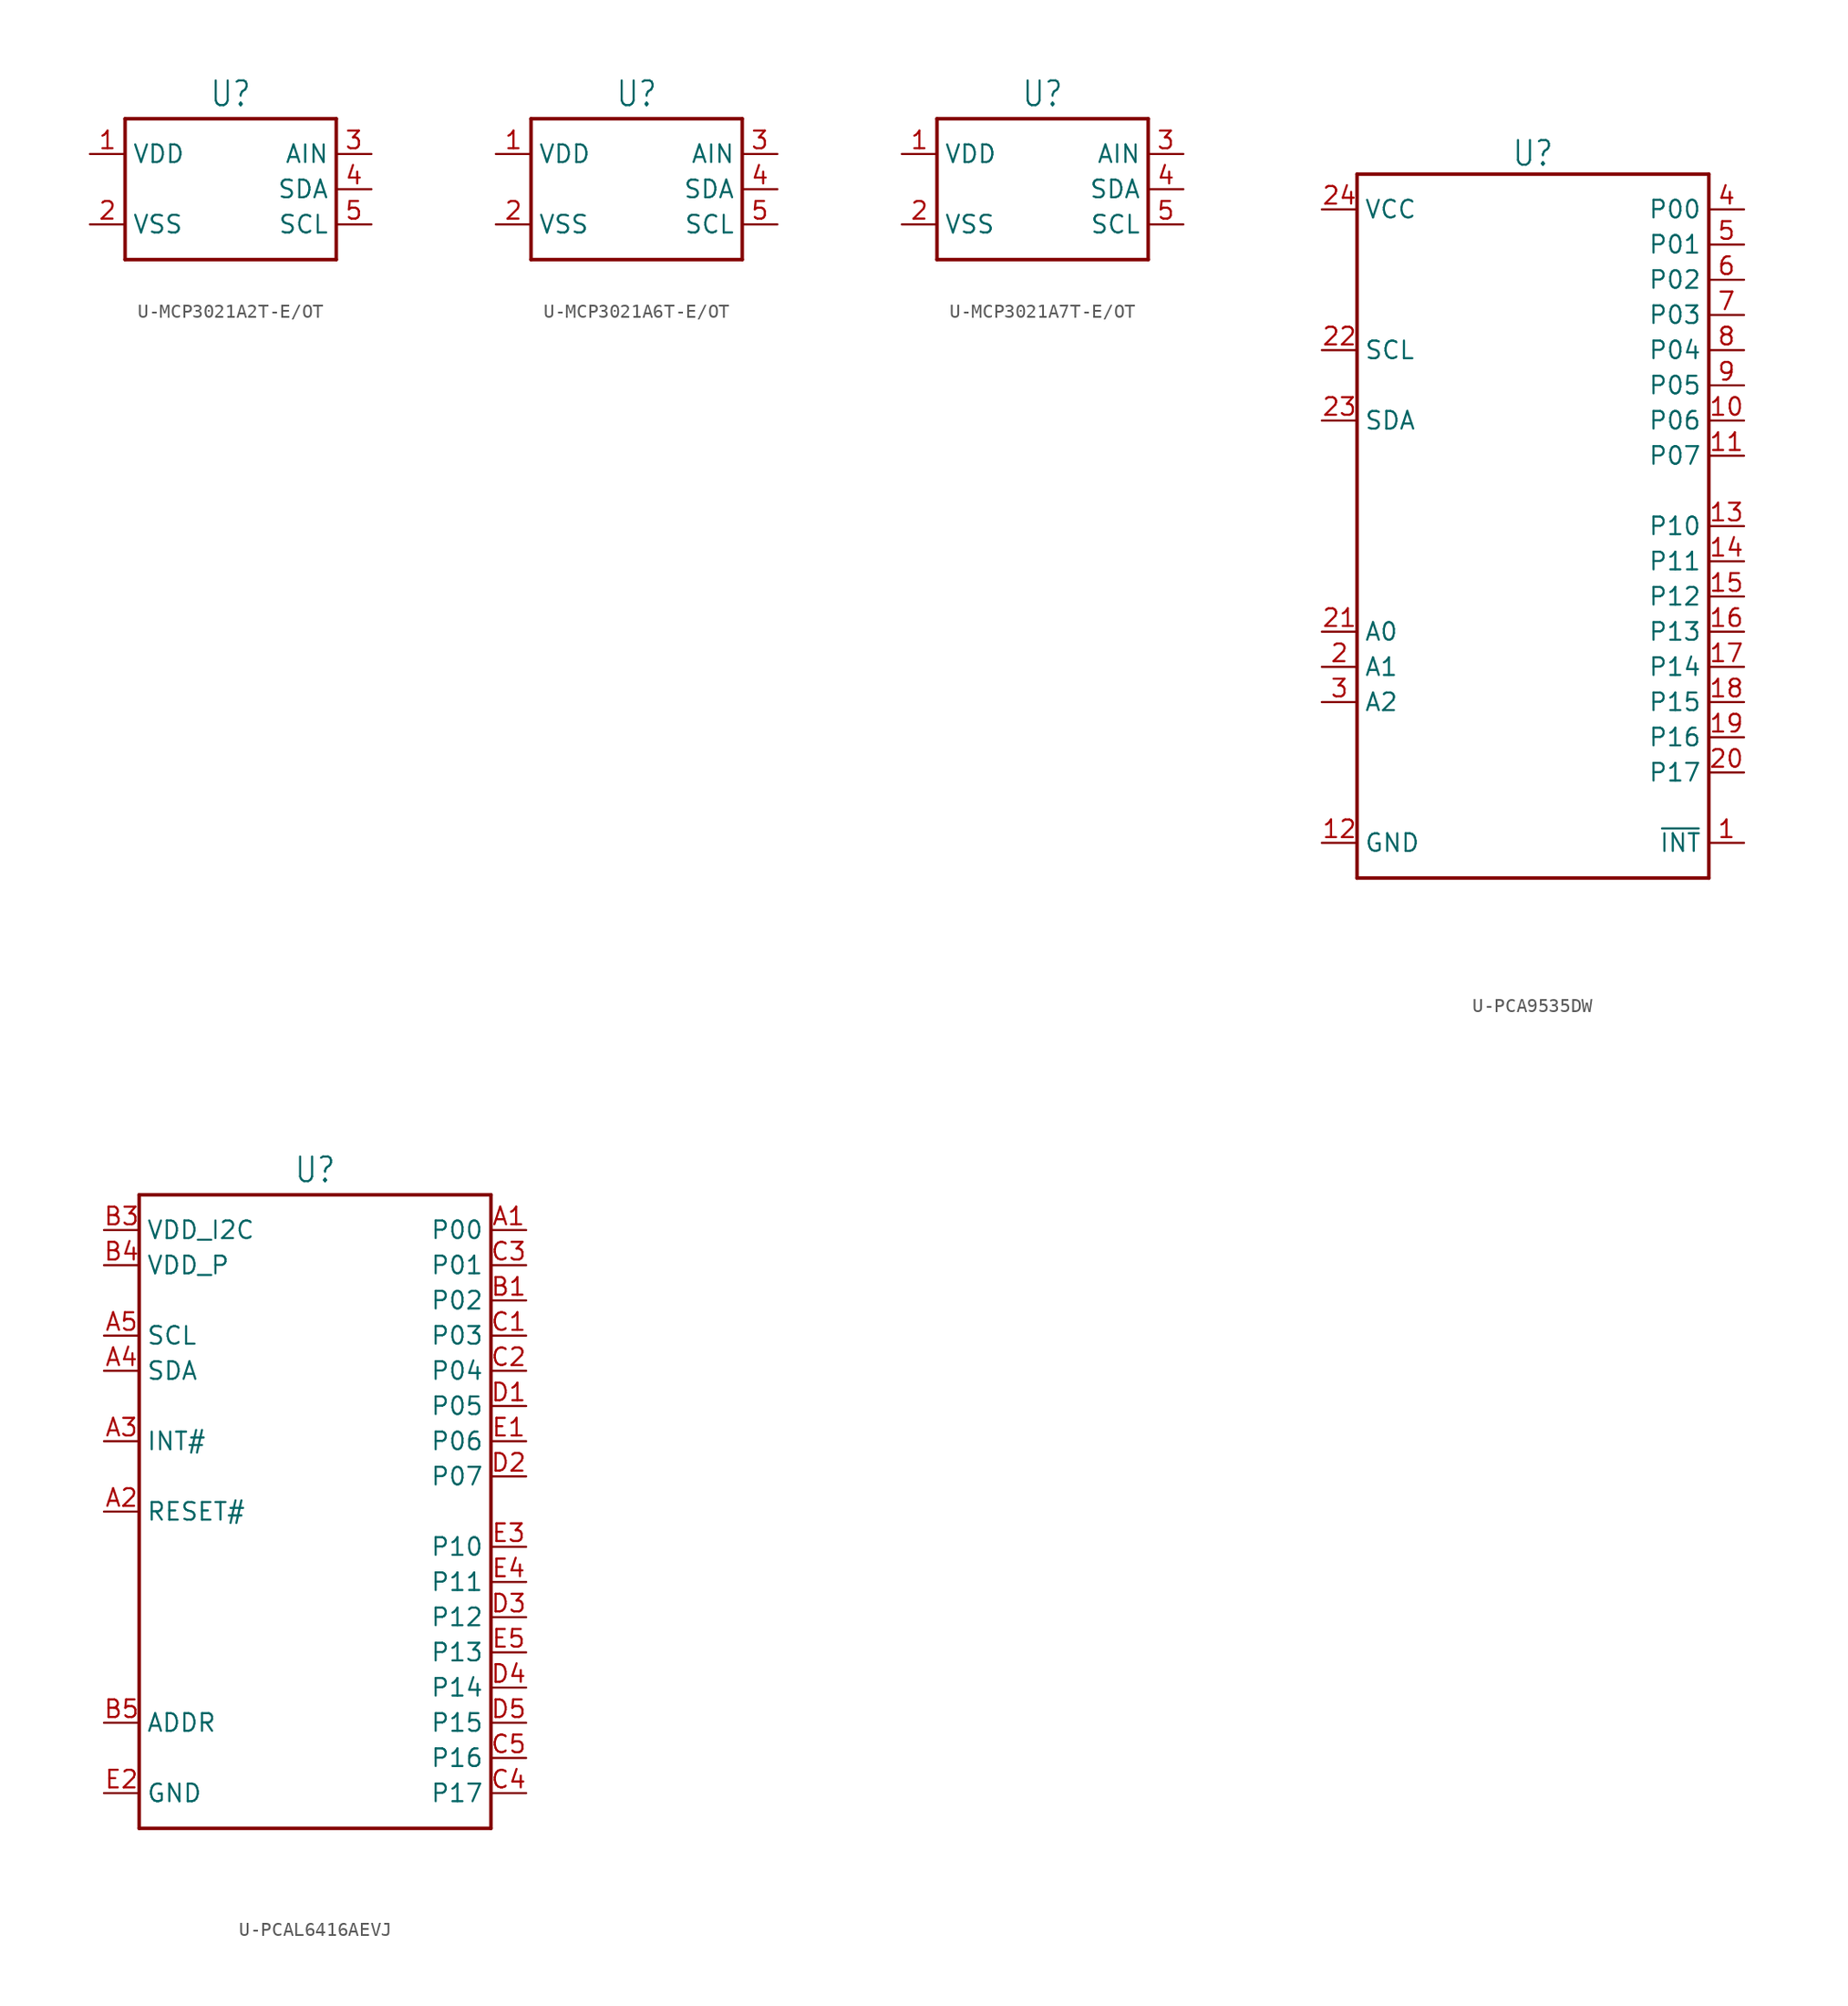
<source format=kicad_sym>
(kicad_symbol_lib
  (version 20231120)
  (generator "kicad_symbol_editor")
  (generator_version "8.0")
  (symbol "U-MCP3021A2T-E/OT"
    (property "Reference" "U"
      (at 0 5.842 0)
      (effects (font (size 1.778 1.511)) (justify bottom)))
    (property "Value" ""
      (at 0 -5.842 0)
      (effects (font (size 1.778 1.511)) (justify top)))
    (property "ki_locked" ""
      (at 0 0 0)
      (effects (font (size 1.27 1.27))))
    (symbol "U-MCP3021A2T-E/OT_1_0"
      (polyline (pts (xy -7.62 -5.08) (xy 7.62 -5.08)) (stroke (width 0.254) (type solid)) (fill (type none)))
      (polyline (pts (xy -7.62 5.08) (xy -7.62 -5.08)) (stroke (width 0.254) (type solid)) (fill (type none)))
      (polyline (pts (xy 7.62 -5.08) (xy 7.62 5.08)) (stroke (width 0.254) (type solid)) (fill (type none)))
      (polyline (pts (xy 7.62 5.08) (xy -7.62 5.08)) (stroke (width 0.254) (type solid)) (fill (type none)))
      (pin passive line (at -10.16 2.54 0) (length 2.54) (name "VDD" (effects (font (size 1.27 1.27)))) (number "1" (effects (font (size 1.27 1.27)))))
      (pin passive line (at -10.16 -2.54 0) (length 2.54) (name "VSS" (effects (font (size 1.27 1.27)))) (number "2" (effects (font (size 1.27 1.27)))))
      (pin passive line (at 10.16 2.54 180) (length 2.54) (name "AIN" (effects (font (size 1.27 1.27)))) (number "3" (effects (font (size 1.27 1.27)))))
      (pin passive line (at 10.16 0 180) (length 2.54) (name "SDA" (effects (font (size 1.27 1.27)))) (number "4" (effects (font (size 1.27 1.27)))))
      (pin passive line (at 10.16 -2.54 180) (length 2.54) (name "SCL" (effects (font (size 1.27 1.27)))) (number "5" (effects (font (size 1.27 1.27)))))))
  (symbol "U-MCP3021A6T-E/OT"
    (property "Reference" "U"
      (at 0 5.842 0)
      (effects (font (size 1.778 1.511)) (justify bottom)))
    (property "Value" ""
      (at 0 -5.842 0)
      (effects (font (size 1.778 1.511)) (justify top)))
    (property "ki_locked" ""
      (at 0 0 0)
      (effects (font (size 1.27 1.27))))
    (symbol "U-MCP3021A6T-E/OT_1_0"
      (polyline (pts (xy -7.62 -5.08) (xy 7.62 -5.08)) (stroke (width 0.254) (type solid)) (fill (type none)))
      (polyline (pts (xy -7.62 5.08) (xy -7.62 -5.08)) (stroke (width 0.254) (type solid)) (fill (type none)))
      (polyline (pts (xy 7.62 -5.08) (xy 7.62 5.08)) (stroke (width 0.254) (type solid)) (fill (type none)))
      (polyline (pts (xy 7.62 5.08) (xy -7.62 5.08)) (stroke (width 0.254) (type solid)) (fill (type none)))
      (pin passive line (at -10.16 2.54 0) (length 2.54) (name "VDD" (effects (font (size 1.27 1.27)))) (number "1" (effects (font (size 1.27 1.27)))))
      (pin passive line (at -10.16 -2.54 0) (length 2.54) (name "VSS" (effects (font (size 1.27 1.27)))) (number "2" (effects (font (size 1.27 1.27)))))
      (pin passive line (at 10.16 2.54 180) (length 2.54) (name "AIN" (effects (font (size 1.27 1.27)))) (number "3" (effects (font (size 1.27 1.27)))))
      (pin passive line (at 10.16 0 180) (length 2.54) (name "SDA" (effects (font (size 1.27 1.27)))) (number "4" (effects (font (size 1.27 1.27)))))
      (pin passive line (at 10.16 -2.54 180) (length 2.54) (name "SCL" (effects (font (size 1.27 1.27)))) (number "5" (effects (font (size 1.27 1.27)))))))
  (symbol "U-MCP3021A7T-E/OT"
    (property "Reference" "U"
      (at 0 5.842 0)
      (effects (font (size 1.778 1.511)) (justify bottom)))
    (property "Value" ""
      (at 0 -5.842 0)
      (effects (font (size 1.778 1.511)) (justify top)))
    (property "ki_locked" ""
      (at 0 0 0)
      (effects (font (size 1.27 1.27))))
    (symbol "U-MCP3021A7T-E/OT_1_0"
      (polyline (pts (xy -7.62 -5.08) (xy 7.62 -5.08)) (stroke (width 0.254) (type solid)) (fill (type none)))
      (polyline (pts (xy -7.62 5.08) (xy -7.62 -5.08)) (stroke (width 0.254) (type solid)) (fill (type none)))
      (polyline (pts (xy 7.62 -5.08) (xy 7.62 5.08)) (stroke (width 0.254) (type solid)) (fill (type none)))
      (polyline (pts (xy 7.62 5.08) (xy -7.62 5.08)) (stroke (width 0.254) (type solid)) (fill (type none)))
      (pin passive line (at -10.16 2.54 0) (length 2.54) (name "VDD" (effects (font (size 1.27 1.27)))) (number "1" (effects (font (size 1.27 1.27)))))
      (pin passive line (at -10.16 -2.54 0) (length 2.54) (name "VSS" (effects (font (size 1.27 1.27)))) (number "2" (effects (font (size 1.27 1.27)))))
      (pin passive line (at 10.16 2.54 180) (length 2.54) (name "AIN" (effects (font (size 1.27 1.27)))) (number "3" (effects (font (size 1.27 1.27)))))
      (pin passive line (at 10.16 0 180) (length 2.54) (name "SDA" (effects (font (size 1.27 1.27)))) (number "4" (effects (font (size 1.27 1.27)))))
      (pin passive line (at 10.16 -2.54 180) (length 2.54) (name "SCL" (effects (font (size 1.27 1.27)))) (number "5" (effects (font (size 1.27 1.27)))))))
  (symbol "U-PCA9535DW"
    (property "Reference" "U"
      (at 0 27.94 0)
      (effects (font (size 1.778 1.511)) (justify top)))
    (property "Value" ""
      (at 0 -27.94 0)
      (effects (font (size 1.778 1.511)) (justify bottom)))
    (property "ki_locked" ""
      (at 0 0 0)
      (effects (font (size 1.27 1.27))))
    (symbol "U-PCA9535DW_1_0"
      (polyline (pts (xy -12.7 -25.4) (xy 12.7 -25.4)) (stroke (width 0.254) (type solid)) (fill (type none)))
      (polyline (pts (xy -12.7 25.4) (xy -12.7 -25.4)) (stroke (width 0.254) (type solid)) (fill (type none)))
      (polyline (pts (xy 12.7 -25.4) (xy 12.7 25.4)) (stroke (width 0.254) (type solid)) (fill (type none)))
      (polyline (pts (xy 12.7 25.4) (xy -12.7 25.4)) (stroke (width 0.254) (type solid)) (fill (type none)))
      (pin passive line (at 15.24 -22.86 180) (length 2.54) (name "~{INT}" (effects (font (size 1.27 1.27)))) (number "1" (effects (font (size 1.27 1.27)))))
      (pin passive line (at 15.24 7.62 180) (length 2.54) (name "P06" (effects (font (size 1.27 1.27)))) (number "10" (effects (font (size 1.27 1.27)))))
      (pin passive line (at 15.24 5.08 180) (length 2.54) (name "P07" (effects (font (size 1.27 1.27)))) (number "11" (effects (font (size 1.27 1.27)))))
      (pin passive line (at -15.24 -22.86 0) (length 2.54) (name "GND" (effects (font (size 1.27 1.27)))) (number "12" (effects (font (size 1.27 1.27)))))
      (pin passive line (at 15.24 0 180) (length 2.54) (name "P10" (effects (font (size 1.27 1.27)))) (number "13" (effects (font (size 1.27 1.27)))))
      (pin passive line (at 15.24 -2.54 180) (length 2.54) (name "P11" (effects (font (size 1.27 1.27)))) (number "14" (effects (font (size 1.27 1.27)))))
      (pin passive line (at 15.24 -5.08 180) (length 2.54) (name "P12" (effects (font (size 1.27 1.27)))) (number "15" (effects (font (size 1.27 1.27)))))
      (pin passive line (at 15.24 -7.62 180) (length 2.54) (name "P13" (effects (font (size 1.27 1.27)))) (number "16" (effects (font (size 1.27 1.27)))))
      (pin passive line (at 15.24 -10.16 180) (length 2.54) (name "P14" (effects (font (size 1.27 1.27)))) (number "17" (effects (font (size 1.27 1.27)))))
      (pin passive line (at 15.24 -12.7 180) (length 2.54) (name "P15" (effects (font (size 1.27 1.27)))) (number "18" (effects (font (size 1.27 1.27)))))
      (pin passive line (at 15.24 -15.24 180) (length 2.54) (name "P16" (effects (font (size 1.27 1.27)))) (number "19" (effects (font (size 1.27 1.27)))))
      (pin passive line (at -15.24 -10.16 0) (length 2.54) (name "A1" (effects (font (size 1.27 1.27)))) (number "2" (effects (font (size 1.27 1.27)))))
      (pin passive line (at 15.24 -17.78 180) (length 2.54) (name "P17" (effects (font (size 1.27 1.27)))) (number "20" (effects (font (size 1.27 1.27)))))
      (pin passive line (at -15.24 -7.62 0) (length 2.54) (name "A0" (effects (font (size 1.27 1.27)))) (number "21" (effects (font (size 1.27 1.27)))))
      (pin passive line (at -15.24 12.7 0) (length 2.54) (name "SCL" (effects (font (size 1.27 1.27)))) (number "22" (effects (font (size 1.27 1.27)))))
      (pin passive line (at -15.24 7.62 0) (length 2.54) (name "SDA" (effects (font (size 1.27 1.27)))) (number "23" (effects (font (size 1.27 1.27)))))
      (pin passive line (at -15.24 22.86 0) (length 2.54) (name "VCC" (effects (font (size 1.27 1.27)))) (number "24" (effects (font (size 1.27 1.27)))))
      (pin passive line (at -15.24 -12.7 0) (length 2.54) (name "A2" (effects (font (size 1.27 1.27)))) (number "3" (effects (font (size 1.27 1.27)))))
      (pin passive line (at 15.24 22.86 180) (length 2.54) (name "P00" (effects (font (size 1.27 1.27)))) (number "4" (effects (font (size 1.27 1.27)))))
      (pin passive line (at 15.24 20.32 180) (length 2.54) (name "P01" (effects (font (size 1.27 1.27)))) (number "5" (effects (font (size 1.27 1.27)))))
      (pin passive line (at 15.24 17.78 180) (length 2.54) (name "P02" (effects (font (size 1.27 1.27)))) (number "6" (effects (font (size 1.27 1.27)))))
      (pin passive line (at 15.24 15.24 180) (length 2.54) (name "P03" (effects (font (size 1.27 1.27)))) (number "7" (effects (font (size 1.27 1.27)))))
      (pin passive line (at 15.24 12.7 180) (length 2.54) (name "P04" (effects (font (size 1.27 1.27)))) (number "8" (effects (font (size 1.27 1.27)))))
      (pin passive line (at 15.24 10.16 180) (length 2.54) (name "P05" (effects (font (size 1.27 1.27)))) (number "9" (effects (font (size 1.27 1.27)))))))
  (symbol "U-PCAL6416AEVJ"
    (property "Reference" "U"
      (at 0 23.622 0)
      (effects (font (size 1.778 1.511)) (justify bottom)))
    (property "Value" ""
      (at 0 -23.622 0)
      (effects (font (size 1.778 1.511)) (justify top)))
    (property "ki_locked" ""
      (at 0 0 0)
      (effects (font (size 1.27 1.27))))
    (symbol "U-PCAL6416AEVJ_1_0"
      (polyline (pts (xy -12.7 -22.86) (xy 12.7 -22.86)) (stroke (width 0.254) (type solid)) (fill (type none)))
      (polyline (pts (xy -12.7 22.86) (xy -12.7 -22.86)) (stroke (width 0.254) (type solid)) (fill (type none)))
      (polyline (pts (xy 12.7 -22.86) (xy 12.7 22.86)) (stroke (width 0.254) (type solid)) (fill (type none)))
      (polyline (pts (xy 12.7 22.86) (xy -12.7 22.86)) (stroke (width 0.254) (type solid)) (fill (type none)))
      (pin passive line (at 15.24 20.32 180) (length 2.54) (name "P00" (effects (font (size 1.27 1.27)))) (number "A1" (effects (font (size 1.27 1.27)))))
      (pin passive line (at -15.24 0 0) (length 2.54) (name "RESET#" (effects (font (size 1.27 1.27)))) (number "A2" (effects (font (size 1.27 1.27)))))
      (pin passive line (at -15.24 5.08 0) (length 2.54) (name "INT#" (effects (font (size 1.27 1.27)))) (number "A3" (effects (font (size 1.27 1.27)))))
      (pin passive line (at -15.24 10.16 0) (length 2.54) (name "SDA" (effects (font (size 1.27 1.27)))) (number "A4" (effects (font (size 1.27 1.27)))))
      (pin passive line (at -15.24 12.7 0) (length 2.54) (name "SCL" (effects (font (size 1.27 1.27)))) (number "A5" (effects (font (size 1.27 1.27)))))
      (pin passive line (at 15.24 15.24 180) (length 2.54) (name "P02" (effects (font (size 1.27 1.27)))) (number "B1" (effects (font (size 1.27 1.27)))))
      (pin passive line (at -15.24 20.32 0) (length 2.54) (name "VDD_I2C" (effects (font (size 1.27 1.27)))) (number "B3" (effects (font (size 1.27 1.27)))))
      (pin passive line (at -15.24 17.78 0) (length 2.54) (name "VDD_P" (effects (font (size 1.27 1.27)))) (number "B4" (effects (font (size 1.27 1.27)))))
      (pin passive line (at -15.24 -15.24 0) (length 2.54) (name "ADDR" (effects (font (size 1.27 1.27)))) (number "B5" (effects (font (size 1.27 1.27)))))
      (pin passive line (at 15.24 12.7 180) (length 2.54) (name "P03" (effects (font (size 1.27 1.27)))) (number "C1" (effects (font (size 1.27 1.27)))))
      (pin passive line (at 15.24 10.16 180) (length 2.54) (name "P04" (effects (font (size 1.27 1.27)))) (number "C2" (effects (font (size 1.27 1.27)))))
      (pin passive line (at 15.24 17.78 180) (length 2.54) (name "P01" (effects (font (size 1.27 1.27)))) (number "C3" (effects (font (size 1.27 1.27)))))
      (pin passive line (at 15.24 -20.32 180) (length 2.54) (name "P17" (effects (font (size 1.27 1.27)))) (number "C4" (effects (font (size 1.27 1.27)))))
      (pin passive line (at 15.24 -17.78 180) (length 2.54) (name "P16" (effects (font (size 1.27 1.27)))) (number "C5" (effects (font (size 1.27 1.27)))))
      (pin passive line (at 15.24 7.62 180) (length 2.54) (name "P05" (effects (font (size 1.27 1.27)))) (number "D1" (effects (font (size 1.27 1.27)))))
      (pin passive line (at 15.24 2.54 180) (length 2.54) (name "P07" (effects (font (size 1.27 1.27)))) (number "D2" (effects (font (size 1.27 1.27)))))
      (pin passive line (at 15.24 -7.62 180) (length 2.54) (name "P12" (effects (font (size 1.27 1.27)))) (number "D3" (effects (font (size 1.27 1.27)))))
      (pin passive line (at 15.24 -12.7 180) (length 2.54) (name "P14" (effects (font (size 1.27 1.27)))) (number "D4" (effects (font (size 1.27 1.27)))))
      (pin passive line (at 15.24 -15.24 180) (length 2.54) (name "P15" (effects (font (size 1.27 1.27)))) (number "D5" (effects (font (size 1.27 1.27)))))
      (pin passive line (at 15.24 5.08 180) (length 2.54) (name "P06" (effects (font (size 1.27 1.27)))) (number "E1" (effects (font (size 1.27 1.27)))))
      (pin passive line (at -15.24 -20.32 0) (length 2.54) (name "GND" (effects (font (size 1.27 1.27)))) (number "E2" (effects (font (size 1.27 1.27)))))
      (pin passive line (at 15.24 -2.54 180) (length 2.54) (name "P10" (effects (font (size 1.27 1.27)))) (number "E3" (effects (font (size 1.27 1.27)))))
      (pin passive line (at 15.24 -5.08 180) (length 2.54) (name "P11" (effects (font (size 1.27 1.27)))) (number "E4" (effects (font (size 1.27 1.27)))))
      (pin passive line (at 15.24 -10.16 180) (length 2.54) (name "P13" (effects (font (size 1.27 1.27)))) (number "E5" (effects (font (size 1.27 1.27))))))))
</source>
